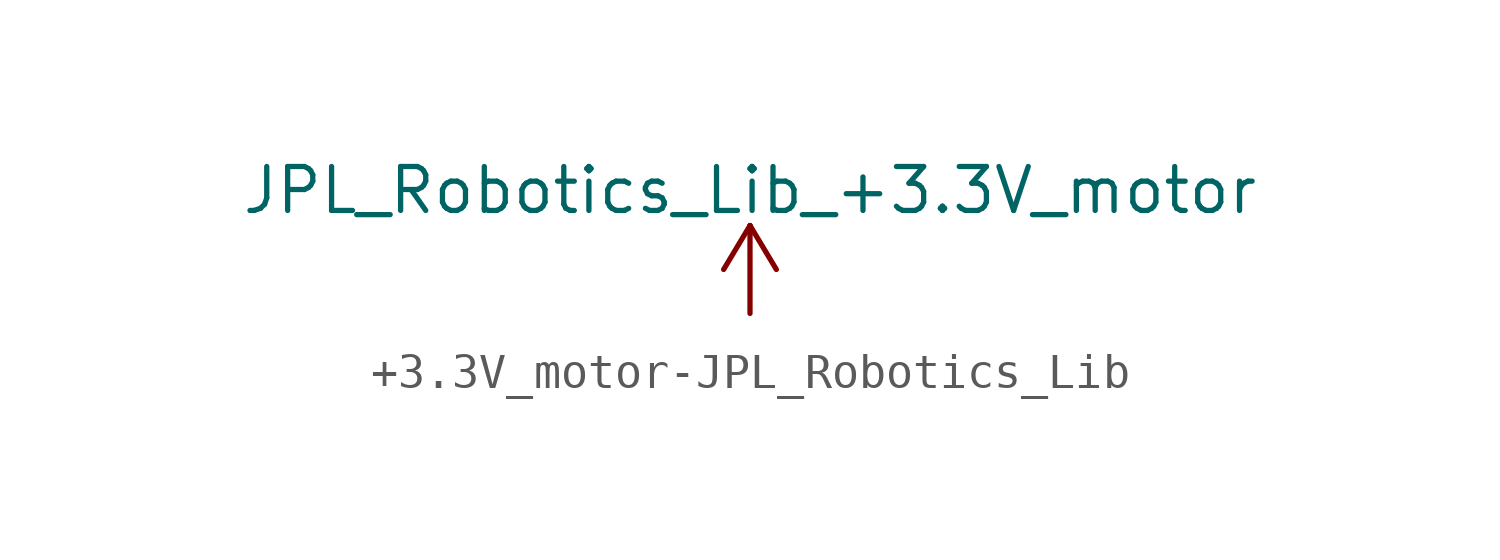
<source format=kicad_sym>
(kicad_symbol_lib
  (version 20231120)
  (generator "kicad_symbol_editor")
  (generator_version "8.0")
  (symbol "+3.3V_motor-JPL_Robotics_Lib"
    (power)
    (pin_names
      (offset 0))
    (property "Reference" "#PWR"
      (at 0 -3.81 0)
      (effects (font (size 1.27 1.27)) (hide yes)))
    (property "Value" "JPL_Robotics_Lib_+3.3V_motor"
      (at 0 3.556 0)
      (effects (font (size 1.27 1.27))))
    (symbol "+3.3V_motor-JPL_Robotics_Lib_0_1"
      (polyline (pts (xy -0.762 1.27) (xy 0 2.54)) (stroke (width 0) (type solid)) (fill (type none)))
      (polyline (pts (xy 0 0) (xy 0 2.54)) (stroke (width 0) (type solid)) (fill (type none)))
      (polyline (pts (xy 0 2.54) (xy 0.762 1.27)) (stroke (width 0) (type solid)) (fill (type none))))
    (symbol "+3.3V_motor-JPL_Robotics_Lib_1_1"
      (pin power_in line (at 0 0 90) (length 0) hide (name "+3.3V_motor" (effects (font (size 1.27 1.27)))) (number "1" (effects (font (size 1.27 1.27))))))))
</source>
